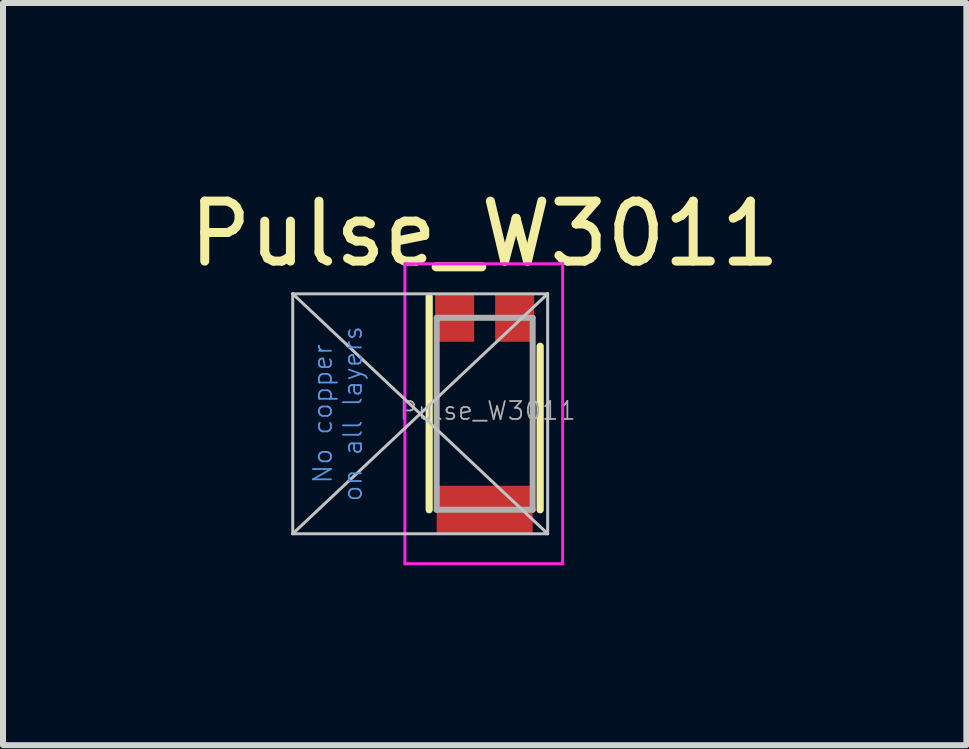
<source format=kicad_pcb>
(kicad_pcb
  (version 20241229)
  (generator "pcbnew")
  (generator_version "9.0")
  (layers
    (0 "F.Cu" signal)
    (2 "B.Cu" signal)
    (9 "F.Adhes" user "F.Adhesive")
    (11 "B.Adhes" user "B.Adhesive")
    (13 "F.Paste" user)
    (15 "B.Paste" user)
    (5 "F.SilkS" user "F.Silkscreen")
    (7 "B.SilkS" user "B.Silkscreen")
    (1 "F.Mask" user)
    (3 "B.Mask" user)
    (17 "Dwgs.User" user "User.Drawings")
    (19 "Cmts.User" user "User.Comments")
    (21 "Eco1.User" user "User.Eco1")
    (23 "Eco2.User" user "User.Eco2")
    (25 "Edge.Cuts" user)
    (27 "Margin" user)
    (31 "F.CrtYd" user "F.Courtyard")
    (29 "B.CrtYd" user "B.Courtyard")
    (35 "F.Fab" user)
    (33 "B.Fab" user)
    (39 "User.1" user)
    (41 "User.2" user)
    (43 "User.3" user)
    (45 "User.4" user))
  (footprint "Pulse_W3011"
    (layer "F.Cu")
    (at 5.03 3.848)
    (property "Reference" "Pulse_W3011" (at 0 -3 0) (layer "F.SilkS") (effects (font (size 1 1) (thickness 0.15))))
    (attr smd)
    (fp_line (start -0.925 1.6) (end -0.925 -1.95) (stroke (width 0.12) (type solid)) (layer "F.SilkS"))
    (fp_line (start 0.925 1.6) (end 0.925 -1.125) (stroke (width 0.12) (type solid)) (layer "F.SilkS"))
    (fp_line (start -3.2 -2) (end -3.2 2) (stroke (width 0.05) (type solid)) (layer "Dwgs.User"))
    (fp_line (start -3.2 -2) (end 1.05 2) (stroke (width 0.05) (type solid)) (layer "Dwgs.User"))
    (fp_line (start -3.2 2) (end 1.05 2) (stroke (width 0.05) (type solid)) (layer "Dwgs.User"))
    (fp_line (start 1.05 -2) (end -3.2 -2) (stroke (width 0.05) (type solid)) (layer "Dwgs.User"))
    (fp_line (start 1.05 -2) (end -3.2 2) (stroke (width 0.05) (type solid)) (layer "Dwgs.User"))
    (fp_line (start 1.05 2) (end 1.05 -2) (stroke (width 0.05) (type solid)) (layer "Dwgs.User"))
    (fp_line (start -1.33 -2.5) (end -1.33 2.5) (stroke (width 0.05) (type solid)) (layer "F.CrtYd"))
    (fp_line (start -1.33 -2.5) (end 1.3 -2.5) (stroke (width 0.05) (type solid)) (layer "F.CrtYd"))
    (fp_line (start -1.33 2.5) (end 1.3 2.5) (stroke (width 0.05) (type solid)) (layer "F.CrtYd"))
    (fp_line (start 1.3 -2.5) (end 1.3 2.5) (stroke (width 0.05) (type solid)) (layer "F.CrtYd"))
    (fp_line (start -0.8 -1.6) (end 0.8 -1.6) (stroke (width 0.1) (type solid)) (layer "F.Fab"))
    (fp_line (start -0.8 1.6) (end -0.8 -1.6) (stroke (width 0.1) (type solid)) (layer "F.Fab"))
    (fp_line (start -0.8 1.6) (end 0.8 1.6) (stroke (width 0.1) (type solid)) (layer "F.Fab"))
    (fp_line (start 0.8 1.6) (end 0.8 -1.6) (stroke (width 0.1) (type solid)) (layer "F.Fab"))
    (fp_text user "No copper" (at -2.7 0 90) (layer "Cmts.User") (effects (font (size 0.3 0.3) (thickness 0.03))))
    (fp_text user "on all layers" (at -2.2 0 90) (layer "Cmts.User") (effects (font (size 0.3 0.3) (thickness 0.03))))
    (fp_text user "${REFERENCE}" (at 0.05 -0.05 0) (layer "F.Fab") (effects (font (size 0.3 0.3) (thickness 0.03))))
    (pad "1" smd trapezoid (at -0.5 -1.6 90) (size 0.8 0.65) (layers "F.Cu" "F.Mask" "F.Paste"))
    (pad "2" smd trapezoid (at 0 1.6 90) (size 0.8 1.6) (layers "F.Cu" "F.Mask" "F.Paste"))
    (pad "2" smd trapezoid (at 0.5 -1.6 90) (size 0.8 0.65) (layers "F.Cu" "F.Mask" "F.Paste")))
  (gr_rect
    (start -3 -3)
    (end 13.06 9.373)
    (stroke (width 0.1) (type default))
    (fill no)
    (layer "Edge.Cuts")))
</source>
